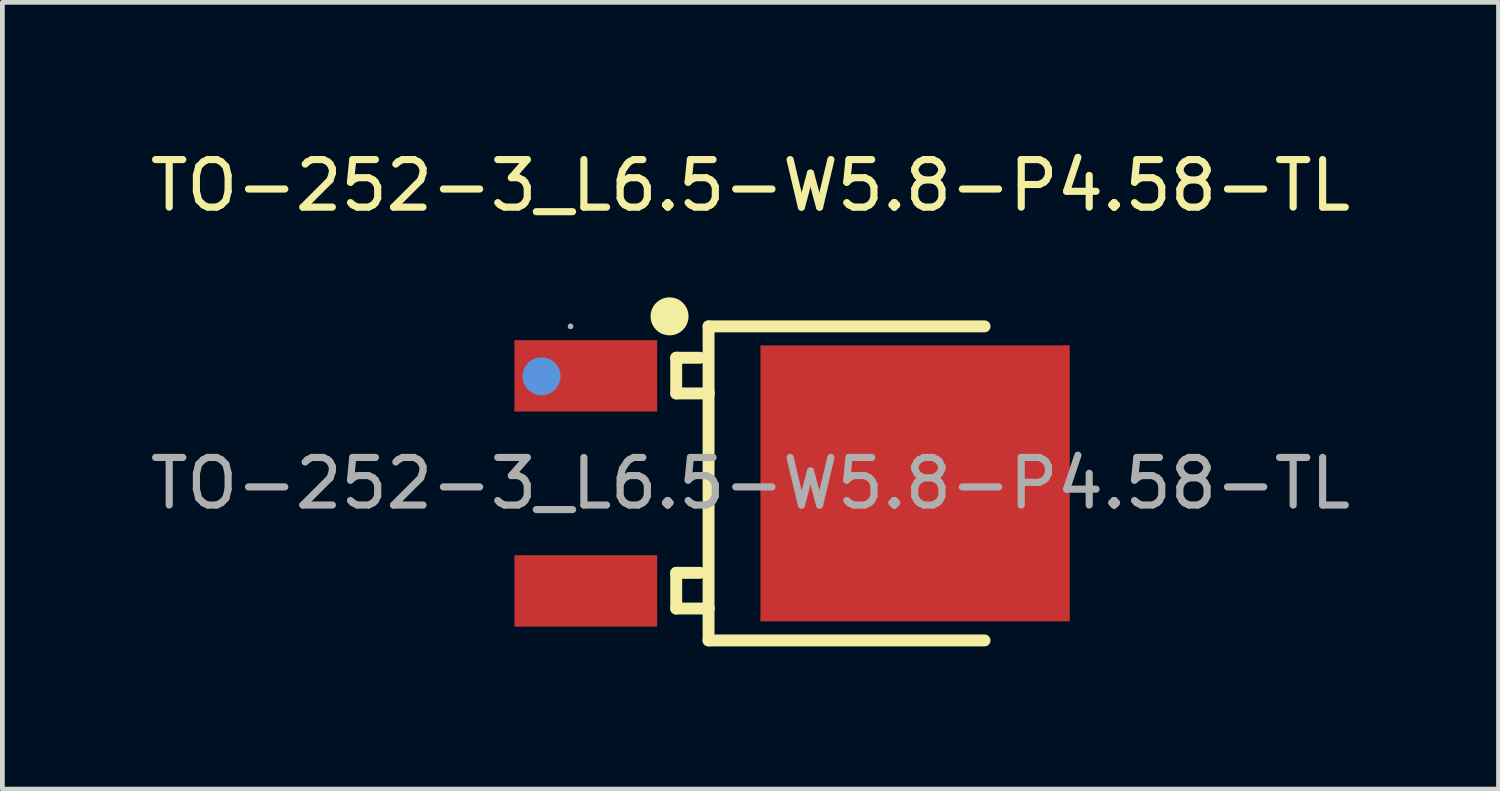
<source format=kicad_pcb>
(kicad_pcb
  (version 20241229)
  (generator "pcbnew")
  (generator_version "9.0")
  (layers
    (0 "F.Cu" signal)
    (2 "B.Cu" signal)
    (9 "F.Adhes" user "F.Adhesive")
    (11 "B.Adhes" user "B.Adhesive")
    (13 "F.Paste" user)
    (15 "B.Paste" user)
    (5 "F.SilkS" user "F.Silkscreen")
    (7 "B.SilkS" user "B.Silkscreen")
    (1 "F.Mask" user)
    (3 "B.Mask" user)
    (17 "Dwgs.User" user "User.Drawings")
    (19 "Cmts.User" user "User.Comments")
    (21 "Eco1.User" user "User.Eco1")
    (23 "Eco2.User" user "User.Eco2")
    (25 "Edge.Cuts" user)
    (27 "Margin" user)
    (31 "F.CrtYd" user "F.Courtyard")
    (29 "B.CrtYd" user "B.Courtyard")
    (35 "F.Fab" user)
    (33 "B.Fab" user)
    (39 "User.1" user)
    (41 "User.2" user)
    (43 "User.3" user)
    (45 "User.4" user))
  (footprint "TO-252-3_L6.5-W5.8-P4.58-TL"
    (layer "F.Cu")
    (at 12.72 7.108)
    (property "Reference" "TO-252-3_L6.5-W5.8-P4.58-TL" (at 0 -6.26 0) (layer "F.SilkS") (effects (font (size 1 1) (thickness 0.15))))
    (attr smd)
    (fp_line (start -1.56 -2.64) (end -1.56 -1.89) (stroke (width 0.25) (type solid)) (layer "F.SilkS"))
    (fp_line (start -1.56 -1.89) (end -0.88 -1.89) (stroke (width 0.25) (type solid)) (layer "F.SilkS"))
    (fp_line (start -1.56 1.88) (end -1.56 2.63) (stroke (width 0.25) (type solid)) (layer "F.SilkS"))
    (fp_line (start -1.56 2.63) (end -0.88 2.63) (stroke (width 0.25) (type solid)) (layer "F.SilkS"))
    (fp_line (start -1.52 -2.64) (end -1.56 -2.64) (stroke (width 0.25) (type solid)) (layer "F.SilkS"))
    (fp_line (start -1.52 1.88) (end -1.56 1.88) (stroke (width 0.25) (type solid)) (layer "F.SilkS"))
    (fp_line (start -1.06 -2.64) (end -1.52 -2.64) (stroke (width 0.25) (type solid)) (layer "F.SilkS"))
    (fp_line (start -1.06 1.88) (end -1.52 1.88) (stroke (width 0.25) (type solid)) (layer "F.SilkS"))
    (fp_line (start -0.88 -3.3) (end -0.88 3.3) (stroke (width 0.25) (type solid)) (layer "F.SilkS"))
    (fp_line (start -0.88 -1.89) (end -0.88 -1.91) (stroke (width 0.25) (type solid)) (layer "F.SilkS"))
    (fp_line (start -0.88 2.63) (end -0.88 2.61) (stroke (width 0.25) (type solid)) (layer "F.SilkS"))
    (fp_line (start -0.88 3.3) (end 4.92 3.3) (stroke (width 0.25) (type solid)) (layer "F.SilkS"))
    (fp_line (start 4.92 -3.3) (end -0.88 -3.3) (stroke (width 0.25) (type solid)) (layer "F.SilkS"))
    (fp_arc (start -1.7 -3.51) (mid -1.7 -3.51) (end -1.7 -3.51) (stroke (width 0.4) (type solid)) (layer "F.SilkS"))
    (fp_circle (center -4.39 -2.25) (end -4.19 -2.25) (stroke (width 0.4) (type solid)) (fill no) (layer "Cmts.User"))
    (fp_circle (center -3.78 -3.3) (end -3.75 -3.3) (stroke (width 0.06) (type solid)) (fill no) (layer "F.Fab"))
    (fp_text user "${REFERENCE}" (at 0 0 0) (layer "F.Fab") (effects (font (size 1 1) (thickness 0.15))))
    (pad "1" smd rect (at -3.46 -2.26) (size 3 1.5) (layers "F.Cu" "F.Mask" "F.Paste"))
    (pad "2" smd rect (at 3.46 0) (size 6.5 5.8) (layers "F.Cu" "F.Mask" "F.Paste"))
    (pad "3" smd rect (at -3.46 2.26) (size 3 1.5) (layers "F.Cu" "F.Mask" "F.Paste")))
  (gr_rect
    (start -3 -3)
    (end 28.44 13.533)
    (stroke (width 0.1) (type default))
    (fill no)
    (layer "Edge.Cuts")))
</source>
